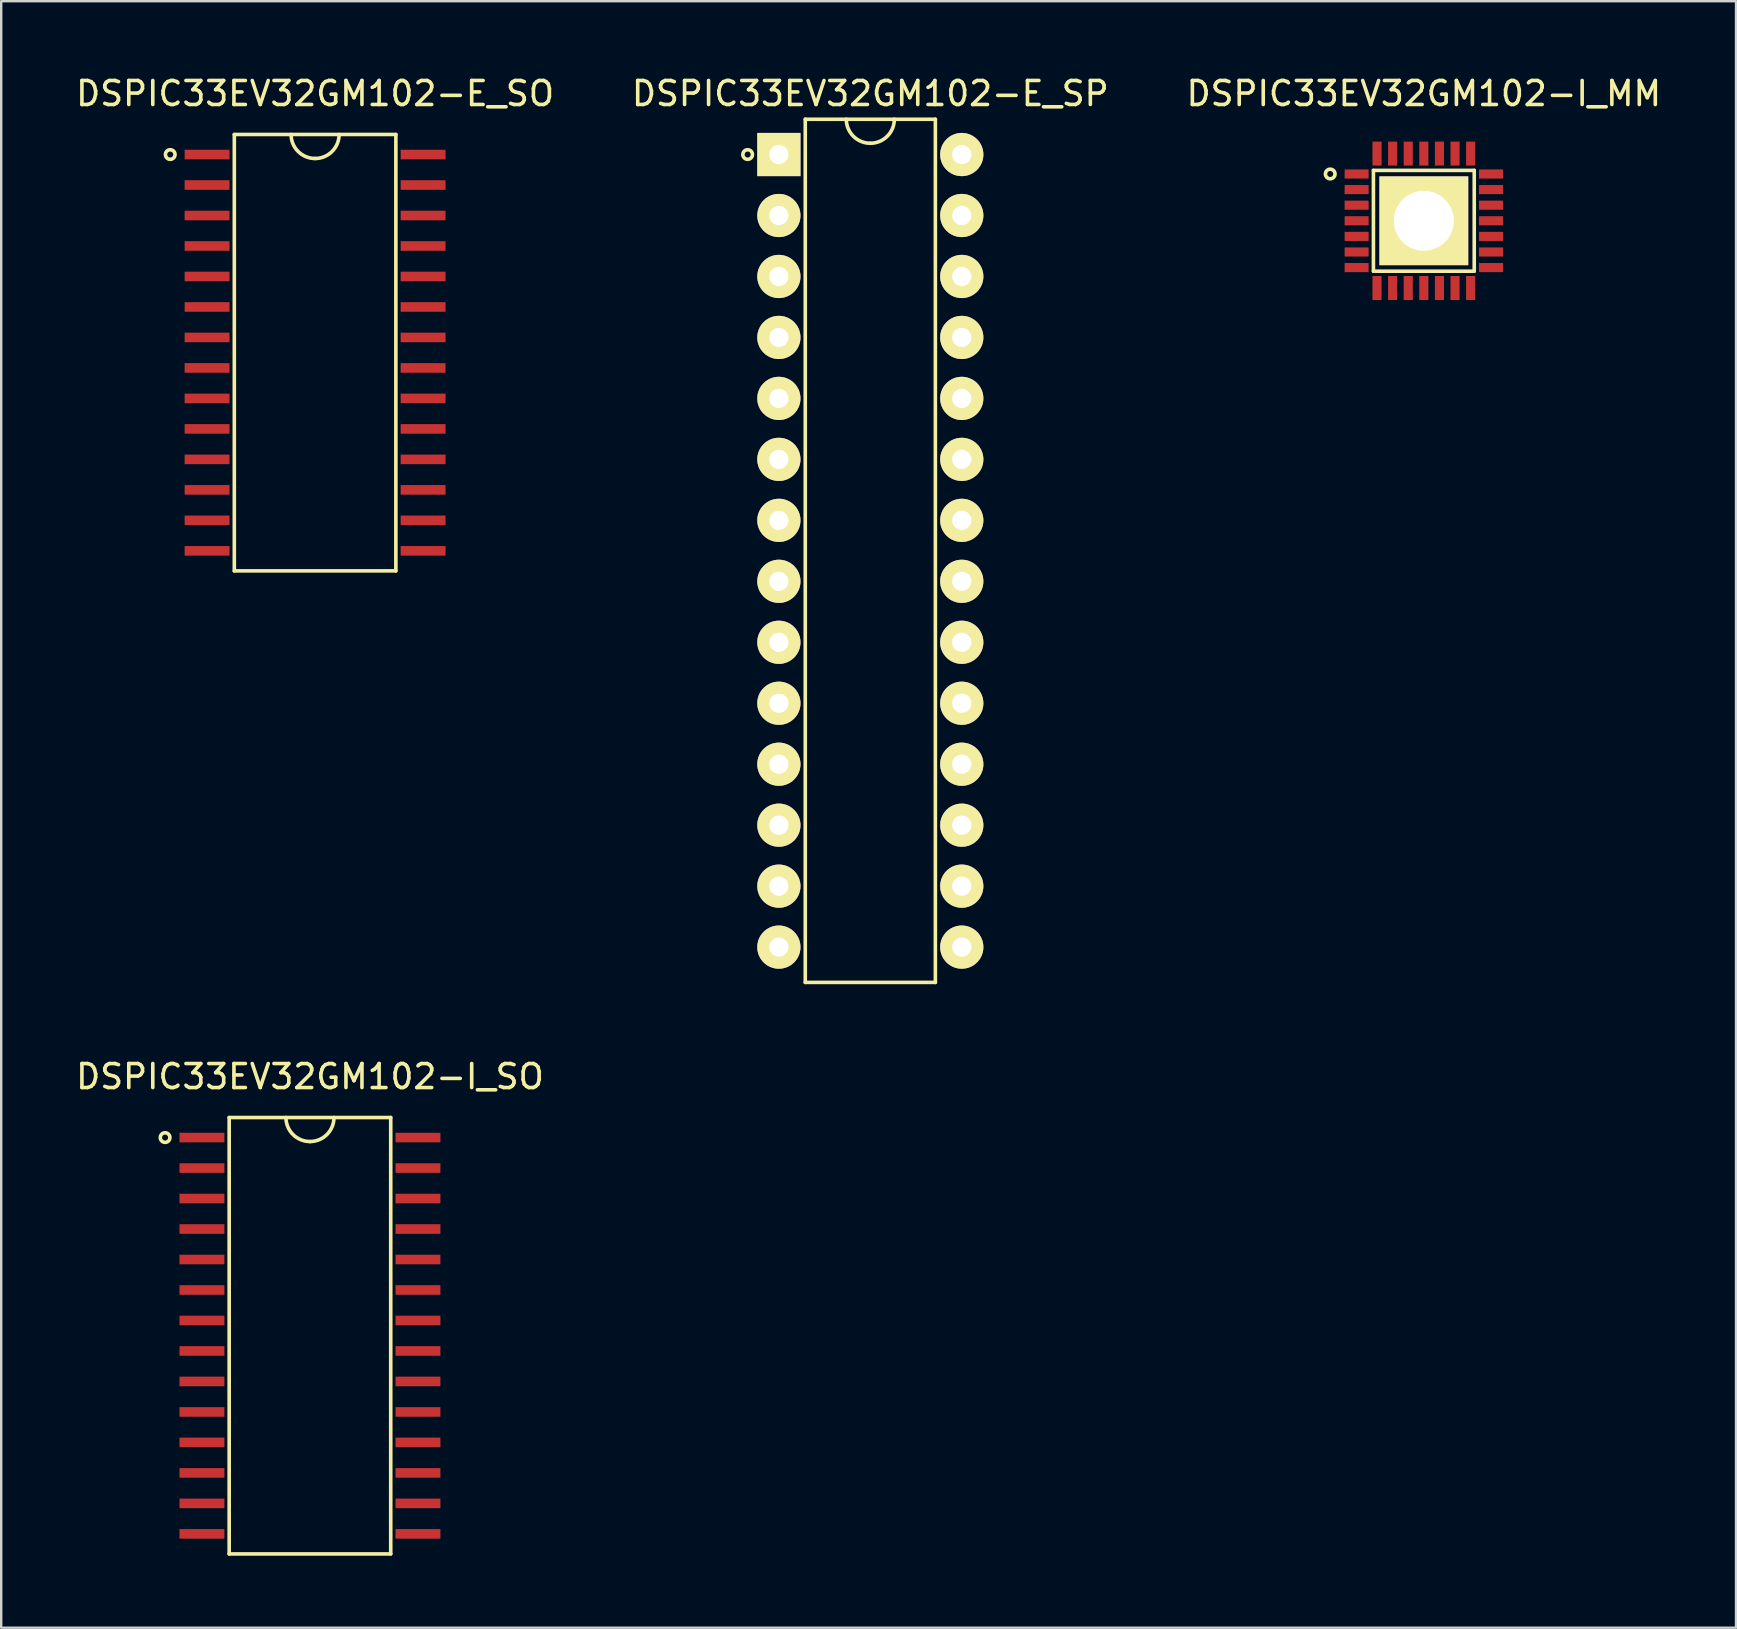
<source format=kicad_pcb>
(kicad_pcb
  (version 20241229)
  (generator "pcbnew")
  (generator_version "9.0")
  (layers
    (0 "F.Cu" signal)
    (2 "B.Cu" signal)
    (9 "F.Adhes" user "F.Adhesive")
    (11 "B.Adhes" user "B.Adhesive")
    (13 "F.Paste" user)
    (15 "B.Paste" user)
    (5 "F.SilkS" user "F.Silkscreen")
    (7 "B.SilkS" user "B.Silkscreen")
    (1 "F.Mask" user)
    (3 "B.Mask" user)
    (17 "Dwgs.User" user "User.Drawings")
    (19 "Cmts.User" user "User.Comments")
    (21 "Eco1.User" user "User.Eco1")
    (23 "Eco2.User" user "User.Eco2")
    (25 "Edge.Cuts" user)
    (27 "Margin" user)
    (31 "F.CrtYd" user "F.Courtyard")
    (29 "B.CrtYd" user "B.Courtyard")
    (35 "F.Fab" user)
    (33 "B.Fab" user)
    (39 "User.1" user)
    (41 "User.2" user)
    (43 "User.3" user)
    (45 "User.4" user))
  (footprint "DSPIC33EV32GM102-E_SP"
    (layer "F.Cu")
    (at 29.398 3.388)
    (property "Reference" "DSPIC33EV32GM102-E_SP" (at 3.81 -2.54 0) (layer "F.SilkS") (effects (font (size 1 1) (thickness 0.15))))
    (attr through_hole)
    (fp_line (start 1.1 -1.47) (end 6.52 -1.47) (stroke (width 0.15) (type solid)) (layer "F.SilkS"))
    (fp_line (start 1.1 34.49) (end 1.1 -1.47) (stroke (width 0.15) (type solid)) (layer "F.SilkS"))
    (fp_line (start 6.52 -1.47) (end 6.52 34.49) (stroke (width 0.15) (type solid)) (layer "F.SilkS"))
    (fp_line (start 6.52 34.49) (end 1.1 34.49) (stroke (width 0.15) (type solid)) (layer "F.SilkS"))
    (fp_arc (start 3.81 -0.47) (mid 3.102893 -0.762893) (end 2.81 -1.47) (stroke (width 0.15) (type solid)) (layer "F.SilkS"))
    (fp_arc (start 4.81 -1.47) (mid 4.517107 -0.762893) (end 3.81 -0.47) (stroke (width 0.15) (type solid)) (layer "F.SilkS"))
    (fp_circle (center -1.3 0) (end -1.3 0.2) (stroke (width 0.15) (type solid)) (fill no) (layer "F.SilkS"))
    (pad "1" thru_hole rect (at 0 0) (size 1.8 1.8) (drill 0.8) (layers "*.Cu" "*.Mask" "F.SilkS"))
    (pad "2" thru_hole circle (at 0 2.54) (size 1.8 1.8) (drill 0.8) (layers "*.Cu" "*.Mask" "F.SilkS"))
    (pad "3" thru_hole circle (at 0 5.08) (size 1.8 1.8) (drill 0.8) (layers "*.Cu" "*.Mask" "F.SilkS"))
    (pad "4" thru_hole circle (at 0 7.62) (size 1.8 1.8) (drill 0.8) (layers "*.Cu" "*.Mask" "F.SilkS"))
    (pad "5" thru_hole circle (at 0 10.16) (size 1.8 1.8) (drill 0.8) (layers "*.Cu" "*.Mask" "F.SilkS"))
    (pad "6" thru_hole circle (at 0 12.7) (size 1.8 1.8) (drill 0.8) (layers "*.Cu" "*.Mask" "F.SilkS"))
    (pad "7" thru_hole circle (at 0 15.24) (size 1.8 1.8) (drill 0.8) (layers "*.Cu" "*.Mask" "F.SilkS"))
    (pad "8" thru_hole circle (at 0 17.78) (size 1.8 1.8) (drill 0.8) (layers "*.Cu" "*.Mask" "F.SilkS"))
    (pad "9" thru_hole circle (at 0 20.32) (size 1.8 1.8) (drill 0.8) (layers "*.Cu" "*.Mask" "F.SilkS"))
    (pad "10" thru_hole circle (at 0 22.86) (size 1.8 1.8) (drill 0.8) (layers "*.Cu" "*.Mask" "F.SilkS"))
    (pad "11" thru_hole circle (at 0 25.4) (size 1.8 1.8) (drill 0.8) (layers "*.Cu" "*.Mask" "F.SilkS"))
    (pad "12" thru_hole circle (at 0 27.94) (size 1.8 1.8) (drill 0.8) (layers "*.Cu" "*.Mask" "F.SilkS"))
    (pad "13" thru_hole circle (at 0 30.48) (size 1.8 1.8) (drill 0.8) (layers "*.Cu" "*.Mask" "F.SilkS"))
    (pad "14" thru_hole circle (at 0 33.02) (size 1.8 1.8) (drill 0.8) (layers "*.Cu" "*.Mask" "F.SilkS"))
    (pad "15" thru_hole circle (at 7.62 33.02) (size 1.8 1.8) (drill 0.8) (layers "*.Cu" "*.Mask" "F.SilkS"))
    (pad "16" thru_hole circle (at 7.62 30.48) (size 1.8 1.8) (drill 0.8) (layers "*.Cu" "*.Mask" "F.SilkS"))
    (pad "17" thru_hole circle (at 7.62 27.94) (size 1.8 1.8) (drill 0.8) (layers "*.Cu" "*.Mask" "F.SilkS"))
    (pad "18" thru_hole circle (at 7.62 25.4) (size 1.8 1.8) (drill 0.8) (layers "*.Cu" "*.Mask" "F.SilkS"))
    (pad "19" thru_hole circle (at 7.62 22.86) (size 1.8 1.8) (drill 0.8) (layers "*.Cu" "*.Mask" "F.SilkS"))
    (pad "20" thru_hole circle (at 7.62 20.32) (size 1.8 1.8) (drill 0.8) (layers "*.Cu" "*.Mask" "F.SilkS"))
    (pad "21" thru_hole circle (at 7.62 17.78) (size 1.8 1.8) (drill 0.8) (layers "*.Cu" "*.Mask" "F.SilkS"))
    (pad "22" thru_hole circle (at 7.62 15.24) (size 1.8 1.8) (drill 0.8) (layers "*.Cu" "*.Mask" "F.SilkS"))
    (pad "23" thru_hole circle (at 7.62 12.7) (size 1.8 1.8) (drill 0.8) (layers "*.Cu" "*.Mask" "F.SilkS"))
    (pad "24" thru_hole circle (at 7.62 10.16) (size 1.8 1.8) (drill 0.8) (layers "*.Cu" "*.Mask" "F.SilkS"))
    (pad "25" thru_hole circle (at 7.62 7.62) (size 1.8 1.8) (drill 0.8) (layers "*.Cu" "*.Mask" "F.SilkS"))
    (pad "26" thru_hole circle (at 7.62 5.08) (size 1.8 1.8) (drill 0.8) (layers "*.Cu" "*.Mask" "F.SilkS"))
    (pad "27" thru_hole circle (at 7.62 2.54) (size 1.8 1.8) (drill 0.8) (layers "*.Cu" "*.Mask" "F.SilkS"))
    (pad "28" thru_hole circle (at 7.62 0) (size 1.8 1.8) (drill 0.8) (layers "*.Cu" "*.Mask" "F.SilkS")))
  (footprint "DSPIC33EV32GM102-I_SO"
    (layer "F.Cu")
    (at 5.363 44.342)
    (property "Reference" "DSPIC33EV32GM102-I_SO" (at 4.5 -2.54 0) (layer "F.SilkS") (effects (font (size 1 1) (thickness 0.15))))
    (attr through_hole)
    (fp_line (start 1.135 -0.835) (end 7.865 -0.835) (stroke (width 0.15) (type solid)) (layer "F.SilkS"))
    (fp_line (start 1.135 17.345) (end 1.135 -0.835) (stroke (width 0.15) (type solid)) (layer "F.SilkS"))
    (fp_line (start 7.865 -0.835) (end 7.865 17.345) (stroke (width 0.15) (type solid)) (layer "F.SilkS"))
    (fp_line (start 7.865 17.345) (end 1.135 17.345) (stroke (width 0.15) (type solid)) (layer "F.SilkS"))
    (fp_arc (start 4.5 0.165) (mid 3.792893 -0.127893) (end 3.5 -0.835) (stroke (width 0.15) (type solid)) (layer "F.SilkS"))
    (fp_arc (start 5.5 -0.835) (mid 5.207107 -0.127893) (end 4.5 0.165) (stroke (width 0.15) (type solid)) (layer "F.SilkS"))
    (fp_circle (center -1.535 0) (end -1.535 0.2) (stroke (width 0.15) (type solid)) (fill no) (layer "F.SilkS"))
    (pad "1" smd rect (at 0 0) (size 1.87 0.4) (layers "F.Cu" "F.Mask" "F.Paste"))
    (pad "2" smd rect (at 0 1.27) (size 1.87 0.4) (layers "F.Cu" "F.Mask" "F.Paste"))
    (pad "3" smd rect (at 0 2.54) (size 1.87 0.4) (layers "F.Cu" "F.Mask" "F.Paste"))
    (pad "4" smd rect (at 0 3.81) (size 1.87 0.4) (layers "F.Cu" "F.Mask" "F.Paste"))
    (pad "5" smd rect (at 0 5.08) (size 1.87 0.4) (layers "F.Cu" "F.Mask" "F.Paste"))
    (pad "6" smd rect (at 0 6.35) (size 1.87 0.4) (layers "F.Cu" "F.Mask" "F.Paste"))
    (pad "7" smd rect (at 0 7.62) (size 1.87 0.4) (layers "F.Cu" "F.Mask" "F.Paste"))
    (pad "8" smd rect (at 0 8.89) (size 1.87 0.4) (layers "F.Cu" "F.Mask" "F.Paste"))
    (pad "9" smd rect (at 0 10.16) (size 1.87 0.4) (layers "F.Cu" "F.Mask" "F.Paste"))
    (pad "10" smd rect (at 0 11.43) (size 1.87 0.4) (layers "F.Cu" "F.Mask" "F.Paste"))
    (pad "11" smd rect (at 0 12.7) (size 1.87 0.4) (layers "F.Cu" "F.Mask" "F.Paste"))
    (pad "12" smd rect (at 0 13.97) (size 1.87 0.4) (layers "F.Cu" "F.Mask" "F.Paste"))
    (pad "13" smd rect (at 0 15.24) (size 1.87 0.4) (layers "F.Cu" "F.Mask" "F.Paste"))
    (pad "14" smd rect (at 0 16.51) (size 1.87 0.4) (layers "F.Cu" "F.Mask" "F.Paste"))
    (pad "15" smd rect (at 9 16.51) (size 1.87 0.4) (layers "F.Cu" "F.Mask" "F.Paste"))
    (pad "16" smd rect (at 9 15.24) (size 1.87 0.4) (layers "F.Cu" "F.Mask" "F.Paste"))
    (pad "17" smd rect (at 9 13.97) (size 1.87 0.4) (layers "F.Cu" "F.Mask" "F.Paste"))
    (pad "18" smd rect (at 9 12.7) (size 1.87 0.4) (layers "F.Cu" "F.Mask" "F.Paste"))
    (pad "19" smd rect (at 9 11.43) (size 1.87 0.4) (layers "F.Cu" "F.Mask" "F.Paste"))
    (pad "20" smd rect (at 9 10.16) (size 1.87 0.4) (layers "F.Cu" "F.Mask" "F.Paste"))
    (pad "21" smd rect (at 9 8.89) (size 1.87 0.4) (layers "F.Cu" "F.Mask" "F.Paste"))
    (pad "22" smd rect (at 9 7.62) (size 1.87 0.4) (layers "F.Cu" "F.Mask" "F.Paste"))
    (pad "23" smd rect (at 9 6.35) (size 1.87 0.4) (layers "F.Cu" "F.Mask" "F.Paste"))
    (pad "24" smd rect (at 9 5.08) (size 1.87 0.4) (layers "F.Cu" "F.Mask" "F.Paste"))
    (pad "25" smd rect (at 9 3.81) (size 1.87 0.4) (layers "F.Cu" "F.Mask" "F.Paste"))
    (pad "26" smd rect (at 9 2.54) (size 1.87 0.4) (layers "F.Cu" "F.Mask" "F.Paste"))
    (pad "27" smd rect (at 9 1.27) (size 1.87 0.4) (layers "F.Cu" "F.Mask" "F.Paste"))
    (pad "28" smd rect (at 9 0) (size 1.87 0.4) (layers "F.Cu" "F.Mask" "F.Paste")))
  (footprint "DSPIC33EV32GM102-I_MM"
    (layer "F.Cu")
    (at 53.468 3.348)
    (property "Reference" "DSPIC33EV32GM102-I_MM" (at 2.8 -2.5 0) (layer "F.SilkS") (effects (font (size 1 1) (thickness 0.15))))
    (attr through_hole)
    (fp_line (start 0.7 0.7) (end 0.7 4.9) (stroke (width 0.15) (type solid)) (layer "F.SilkS"))
    (fp_line (start 0.7 0.7) (end 4.9 0.7) (stroke (width 0.15) (type solid)) (layer "F.SilkS"))
    (fp_line (start 0.7 4.9) (end 4.9 4.9) (stroke (width 0.15) (type solid)) (layer "F.SilkS"))
    (fp_line (start 4.9 4.9) (end 4.9 0.7) (stroke (width 0.15) (type solid)) (layer "F.SilkS"))
    (fp_circle (center -1.1 0.85) (end -1.1 0.65) (stroke (width 0.15) (type solid)) (fill no) (layer "F.SilkS"))
    (fp_circle (center 1.7 1.7) (end 1.7 1.2) (stroke (width 0.15) (type solid)) (fill no) (layer "F.SilkS"))
    (pad "1" smd rect (at 0 0.85) (size 1 0.38) (layers "F.Cu" "F.Mask" "F.Paste"))
    (pad "2" smd rect (at 0 1.5) (size 1 0.38) (layers "F.Cu" "F.Mask" "F.Paste"))
    (pad "3" smd rect (at 0 2.15) (size 1 0.38) (layers "F.Cu" "F.Mask" "F.Paste"))
    (pad "4" smd rect (at 0 2.8) (size 1 0.38) (layers "F.Cu" "F.Mask" "F.Paste"))
    (pad "5" smd rect (at 0 3.45) (size 1 0.38) (layers "F.Cu" "F.Mask" "F.Paste"))
    (pad "6" smd rect (at 0 4.1) (size 1 0.38) (layers "F.Cu" "F.Mask" "F.Paste"))
    (pad "7" smd rect (at 0 4.75) (size 1 0.38) (layers "F.Cu" "F.Mask" "F.Paste"))
    (pad "8" smd rect (at 0.85 5.6) (size 0.38 1) (layers "F.Cu" "F.Mask" "F.Paste"))
    (pad "9" smd rect (at 1.5 5.6) (size 0.38 1) (layers "F.Cu" "F.Mask" "F.Paste"))
    (pad "10" smd rect (at 2.15 5.6) (size 0.38 1) (layers "F.Cu" "F.Mask" "F.Paste"))
    (pad "11" smd rect (at 2.8 5.6) (size 0.38 1) (layers "F.Cu" "F.Mask" "F.Paste"))
    (pad "12" smd rect (at 3.45 5.6) (size 0.38 1) (layers "F.Cu" "F.Mask" "F.Paste"))
    (pad "13" smd rect (at 4.1 5.6) (size 0.38 1) (layers "F.Cu" "F.Mask" "F.Paste"))
    (pad "14" smd rect (at 4.75 5.6) (size 0.38 1) (layers "F.Cu" "F.Mask" "F.Paste"))
    (pad "15" smd rect (at 5.6 4.75) (size 1 0.38) (layers "F.Cu" "F.Mask" "F.Paste"))
    (pad "16" smd rect (at 5.6 4.1) (size 1 0.38) (layers "F.Cu" "F.Mask" "F.Paste"))
    (pad "17" smd rect (at 5.6 3.45) (size 1 0.38) (layers "F.Cu" "F.Mask" "F.Paste"))
    (pad "18" smd rect (at 5.6 2.8) (size 1 0.38) (layers "F.Cu" "F.Mask" "F.Paste"))
    (pad "19" smd rect (at 5.6 2.15) (size 1 0.38) (layers "F.Cu" "F.Mask" "F.Paste"))
    (pad "20" smd rect (at 5.6 1.5) (size 1 0.38) (layers "F.Cu" "F.Mask" "F.Paste"))
    (pad "21" smd rect (at 5.6 0.85) (size 1 0.38) (layers "F.Cu" "F.Mask" "F.Paste"))
    (pad "22" smd rect (at 4.75 0) (size 0.38 1) (layers "F.Cu" "F.Mask" "F.Paste"))
    (pad "23" smd rect (at 4.1 0) (size 0.38 1) (layers "F.Cu" "F.Mask" "F.Paste"))
    (pad "24" smd rect (at 3.45 0) (size 0.38 1) (layers "F.Cu" "F.Mask" "F.Paste"))
    (pad "25" smd rect (at 2.8 0) (size 0.38 1) (layers "F.Cu" "F.Mask" "F.Paste"))
    (pad "26" smd rect (at 2.15 0) (size 0.38 1) (layers "F.Cu" "F.Mask" "F.Paste"))
    (pad "27" smd rect (at 1.5 0) (size 0.38 1) (layers "F.Cu" "F.Mask" "F.Paste"))
    (pad "28" smd rect (at 0.85 0) (size 0.38 1) (layers "F.Cu" "F.Mask" "F.Paste"))
    (pad "999" thru_hole rect (at 2.8 2.8) (size 3.7 3.7) (drill 2.5) (layers "*.Cu" "*.Mask" "F.SilkS")))
  (footprint "DSPIC33EV32GM102-E_SO"
    (layer "F.Cu")
    (at 5.577 3.388)
    (property "Reference" "DSPIC33EV32GM102-E_SO" (at 4.5 -2.54 0) (layer "F.SilkS") (effects (font (size 1 1) (thickness 0.15))))
    (attr through_hole)
    (fp_line (start 1.135 -0.835) (end 7.865 -0.835) (stroke (width 0.15) (type solid)) (layer "F.SilkS"))
    (fp_line (start 1.135 17.345) (end 1.135 -0.835) (stroke (width 0.15) (type solid)) (layer "F.SilkS"))
    (fp_line (start 7.865 -0.835) (end 7.865 17.345) (stroke (width 0.15) (type solid)) (layer "F.SilkS"))
    (fp_line (start 7.865 17.345) (end 1.135 17.345) (stroke (width 0.15) (type solid)) (layer "F.SilkS"))
    (fp_arc (start 4.5 0.165) (mid 3.792893 -0.127893) (end 3.5 -0.835) (stroke (width 0.15) (type solid)) (layer "F.SilkS"))
    (fp_arc (start 5.5 -0.835) (mid 5.207107 -0.127893) (end 4.5 0.165) (stroke (width 0.15) (type solid)) (layer "F.SilkS"))
    (fp_circle (center -1.535 0) (end -1.535 0.2) (stroke (width 0.15) (type solid)) (fill no) (layer "F.SilkS"))
    (pad "1" smd rect (at 0 0) (size 1.87 0.4) (layers "F.Cu" "F.Mask" "F.Paste"))
    (pad "2" smd rect (at 0 1.27) (size 1.87 0.4) (layers "F.Cu" "F.Mask" "F.Paste"))
    (pad "3" smd rect (at 0 2.54) (size 1.87 0.4) (layers "F.Cu" "F.Mask" "F.Paste"))
    (pad "4" smd rect (at 0 3.81) (size 1.87 0.4) (layers "F.Cu" "F.Mask" "F.Paste"))
    (pad "5" smd rect (at 0 5.08) (size 1.87 0.4) (layers "F.Cu" "F.Mask" "F.Paste"))
    (pad "6" smd rect (at 0 6.35) (size 1.87 0.4) (layers "F.Cu" "F.Mask" "F.Paste"))
    (pad "7" smd rect (at 0 7.62) (size 1.87 0.4) (layers "F.Cu" "F.Mask" "F.Paste"))
    (pad "8" smd rect (at 0 8.89) (size 1.87 0.4) (layers "F.Cu" "F.Mask" "F.Paste"))
    (pad "9" smd rect (at 0 10.16) (size 1.87 0.4) (layers "F.Cu" "F.Mask" "F.Paste"))
    (pad "10" smd rect (at 0 11.43) (size 1.87 0.4) (layers "F.Cu" "F.Mask" "F.Paste"))
    (pad "11" smd rect (at 0 12.7) (size 1.87 0.4) (layers "F.Cu" "F.Mask" "F.Paste"))
    (pad "12" smd rect (at 0 13.97) (size 1.87 0.4) (layers "F.Cu" "F.Mask" "F.Paste"))
    (pad "13" smd rect (at 0 15.24) (size 1.87 0.4) (layers "F.Cu" "F.Mask" "F.Paste"))
    (pad "14" smd rect (at 0 16.51) (size 1.87 0.4) (layers "F.Cu" "F.Mask" "F.Paste"))
    (pad "15" smd rect (at 9 16.51) (size 1.87 0.4) (layers "F.Cu" "F.Mask" "F.Paste"))
    (pad "16" smd rect (at 9 15.24) (size 1.87 0.4) (layers "F.Cu" "F.Mask" "F.Paste"))
    (pad "17" smd rect (at 9 13.97) (size 1.87 0.4) (layers "F.Cu" "F.Mask" "F.Paste"))
    (pad "18" smd rect (at 9 12.7) (size 1.87 0.4) (layers "F.Cu" "F.Mask" "F.Paste"))
    (pad "19" smd rect (at 9 11.43) (size 1.87 0.4) (layers "F.Cu" "F.Mask" "F.Paste"))
    (pad "20" smd rect (at 9 10.16) (size 1.87 0.4) (layers "F.Cu" "F.Mask" "F.Paste"))
    (pad "21" smd rect (at 9 8.89) (size 1.87 0.4) (layers "F.Cu" "F.Mask" "F.Paste"))
    (pad "22" smd rect (at 9 7.62) (size 1.87 0.4) (layers "F.Cu" "F.Mask" "F.Paste"))
    (pad "23" smd rect (at 9 6.35) (size 1.87 0.4) (layers "F.Cu" "F.Mask" "F.Paste"))
    (pad "24" smd rect (at 9 5.08) (size 1.87 0.4) (layers "F.Cu" "F.Mask" "F.Paste"))
    (pad "25" smd rect (at 9 3.81) (size 1.87 0.4) (layers "F.Cu" "F.Mask" "F.Paste"))
    (pad "26" smd rect (at 9 2.54) (size 1.87 0.4) (layers "F.Cu" "F.Mask" "F.Paste"))
    (pad "27" smd rect (at 9 1.27) (size 1.87 0.4) (layers "F.Cu" "F.Mask" "F.Paste"))
    (pad "28" smd rect (at 9 0) (size 1.87 0.4) (layers "F.Cu" "F.Mask" "F.Paste")))
  (gr_rect
    (start -3 -3)
    (end 69.274 64.761)
    (stroke (width 0.1) (type default))
    (fill no)
    (layer "Edge.Cuts")))
</source>
